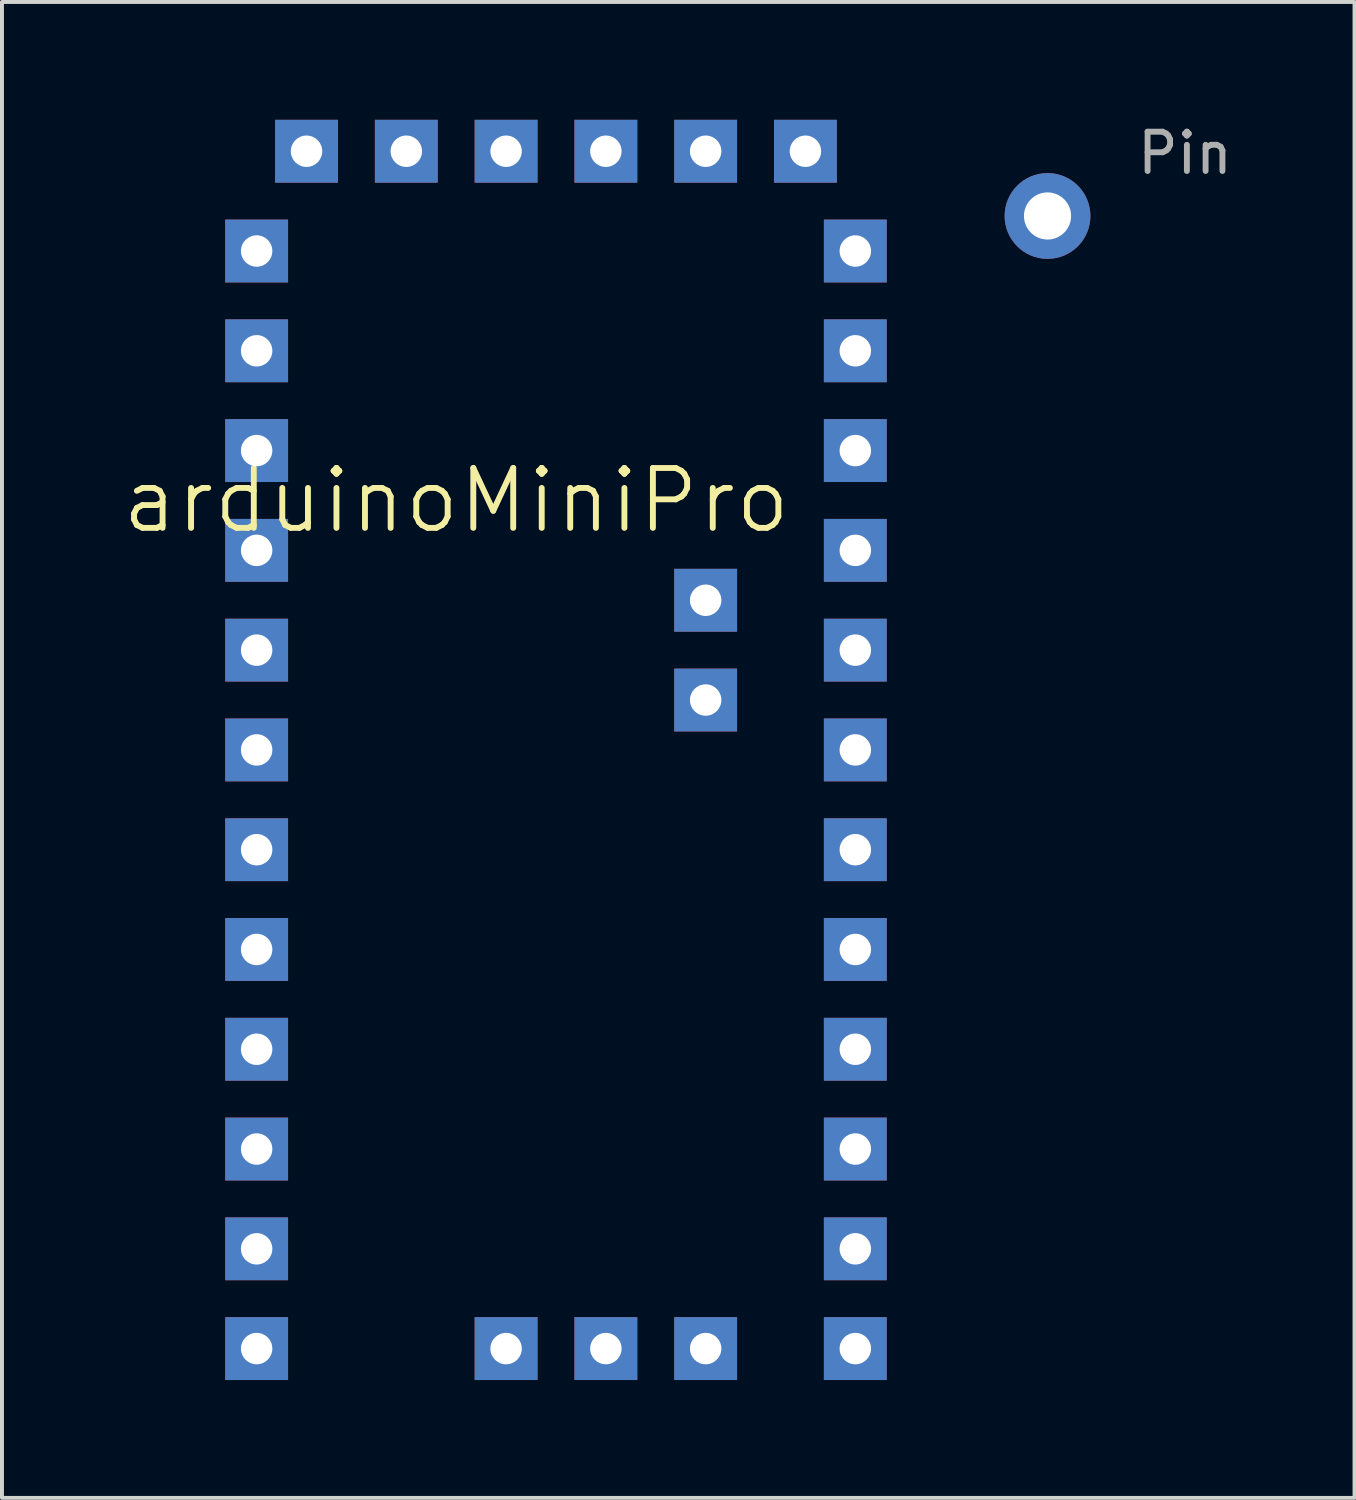
<source format=kicad_pcb>
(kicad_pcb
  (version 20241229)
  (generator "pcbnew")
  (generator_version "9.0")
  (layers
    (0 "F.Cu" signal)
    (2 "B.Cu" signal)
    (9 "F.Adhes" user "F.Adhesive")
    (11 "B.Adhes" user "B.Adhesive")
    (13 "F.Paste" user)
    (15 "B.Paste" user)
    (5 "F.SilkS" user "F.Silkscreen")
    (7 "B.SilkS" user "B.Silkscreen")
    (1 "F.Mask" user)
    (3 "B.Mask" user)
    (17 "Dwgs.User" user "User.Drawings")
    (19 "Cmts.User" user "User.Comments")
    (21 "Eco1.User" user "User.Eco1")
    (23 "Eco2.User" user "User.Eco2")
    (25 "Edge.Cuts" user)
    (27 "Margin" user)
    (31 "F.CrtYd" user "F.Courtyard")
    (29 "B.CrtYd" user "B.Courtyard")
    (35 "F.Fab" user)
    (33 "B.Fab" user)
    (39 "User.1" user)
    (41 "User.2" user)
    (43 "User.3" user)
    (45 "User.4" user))
  (footprint "Pin"
    (layer "F.Cu")
    (at 23.616 2.448)
    (property "Reference" "Pin" (at 3.5 -1.6 0) (layer "F.Fab") (effects (font (size 1 1) (thickness 0.15))))
    (attr through_hole)
    (pad "1" thru_hole circle (at 0 0) (size 2.184 2.184) (drill 1.2) (layers "*.Cu" "*.Mask")))
  (footprint "arduinoMiniPro"
    (layer "F.Cu")
    (at 8.563 9.69)
    (property "Reference" "arduinoMiniPro" (at 0 0 0) (layer "F.SilkS") (effects (font (size 1.524 1.524) (thickness 0.15))))
    (attr through_hole)
    (pad "1" thru_hole rect (at -3.81 -8.89 90) (size 1.6 1.6) (drill 0.8) (layers "*.Cu" "*.Mask"))
    (pad "2" thru_hole rect (at -1.27 -8.89 90) (size 1.6 1.6) (drill 0.8) (layers "*.Cu" "*.Mask"))
    (pad "3" thru_hole rect (at 1.27 -8.89 90) (size 1.6 1.6) (drill 0.8) (layers "*.Cu" "*.Mask"))
    (pad "4" thru_hole rect (at 3.81 -8.89 90) (size 1.6 1.6) (drill 0.8) (layers "*.Cu" "*.Mask"))
    (pad "5" thru_hole rect (at 6.35 -8.89 90) (size 1.6 1.6) (drill 0.8) (layers "*.Cu" "*.Mask"))
    (pad "6" thru_hole rect (at 8.89 -8.89 90) (size 1.6 1.6) (drill 0.8) (layers "*.Cu" "*.Mask"))
    (pad "7" thru_hole rect (at -5.08 -6.35 180) (size 1.6 1.6) (drill 0.8) (layers "*.Cu" "*.Mask"))
    (pad "8" thru_hole rect (at -5.08 -3.81 180) (size 1.6 1.6) (drill 0.8) (layers "*.Cu" "*.Mask"))
    (pad "9" thru_hole rect (at -5.08 -1.27 180) (size 1.6 1.6) (drill 0.8) (layers "*.Cu" "*.Mask"))
    (pad "10" thru_hole rect (at -5.08 1.27 180) (size 1.6 1.6) (drill 0.8) (layers "*.Cu" "*.Mask"))
    (pad "11" thru_hole rect (at -5.08 3.81 180) (size 1.6 1.6) (drill 0.8) (layers "*.Cu" "*.Mask"))
    (pad "12" thru_hole rect (at -5.08 6.35 180) (size 1.6 1.6) (drill 0.8) (layers "*.Cu" "*.Mask"))
    (pad "13" thru_hole rect (at -5.08 8.89 180) (size 1.6 1.6) (drill 0.8) (layers "*.Cu" "*.Mask"))
    (pad "14" thru_hole rect (at -5.08 11.43 180) (size 1.6 1.6) (drill 0.8) (layers "*.Cu" "*.Mask"))
    (pad "15" thru_hole rect (at -5.08 13.97 180) (size 1.6 1.6) (drill 0.8) (layers "*.Cu" "*.Mask"))
    (pad "16" thru_hole rect (at -5.08 16.51 180) (size 1.6 1.6) (drill 0.8) (layers "*.Cu" "*.Mask"))
    (pad "17" thru_hole rect (at -5.08 19.05 180) (size 1.6 1.6) (drill 0.8) (layers "*.Cu" "*.Mask"))
    (pad "18" thru_hole rect (at -5.08 21.59 180) (size 1.6 1.6) (drill 0.8) (layers "*.Cu" "*.Mask"))
    (pad "19" thru_hole rect (at 10.16 -6.35 180) (size 1.6 1.6) (drill 0.8) (layers "*.Cu" "*.Mask"))
    (pad "20" thru_hole rect (at 10.16 -3.81 180) (size 1.6 1.6) (drill 0.8) (layers "*.Cu" "*.Mask"))
    (pad "21" thru_hole rect (at 10.16 -1.27 180) (size 1.6 1.6) (drill 0.8) (layers "*.Cu" "*.Mask"))
    (pad "22" thru_hole rect (at 10.16 1.27 180) (size 1.6 1.6) (drill 0.8) (layers "*.Cu" "*.Mask"))
    (pad "23" thru_hole rect (at 10.16 3.81 180) (size 1.6 1.6) (drill 0.8) (layers "*.Cu" "*.Mask"))
    (pad "24" thru_hole rect (at 10.16 6.35 180) (size 1.6 1.6) (drill 0.8) (layers "*.Cu" "*.Mask"))
    (pad "25" thru_hole rect (at 10.16 8.89 180) (size 1.6 1.6) (drill 0.8) (layers "*.Cu" "*.Mask"))
    (pad "26" thru_hole rect (at 10.16 11.43 180) (size 1.6 1.6) (drill 0.8) (layers "*.Cu" "*.Mask"))
    (pad "27" thru_hole rect (at 10.16 13.97 180) (size 1.6 1.6) (drill 0.8) (layers "*.Cu" "*.Mask"))
    (pad "28" thru_hole rect (at 10.16 16.51 180) (size 1.6 1.6) (drill 0.8) (layers "*.Cu" "*.Mask"))
    (pad "29" thru_hole rect (at 10.16 19.05 180) (size 1.6 1.6) (drill 0.8) (layers "*.Cu" "*.Mask"))
    (pad "30" thru_hole rect (at 10.16 21.59 180) (size 1.6 1.6) (drill 0.8) (layers "*.Cu" "*.Mask"))
    (pad "31" thru_hole rect (at 6.35 5.08 270) (size 1.6 1.6) (drill 0.8) (layers "*.Cu" "*.Mask"))
    (pad "32" thru_hole rect (at 6.35 2.54 270) (size 1.6 1.6) (drill 0.8) (layers "*.Cu" "*.Mask"))
    (pad "A6" thru_hole rect (at 3.81 21.59 270) (size 1.6 1.6) (drill 0.8) (layers "*.Cu" "*.Mask"))
    (pad "A7" thru_hole rect (at 6.35 21.59 270) (size 1.6 1.6) (drill 0.8) (layers "*.Cu" "*.Mask"))
    (pad "GND4" thru_hole rect (at 1.27 21.59 270) (size 1.6 1.6) (drill 0.8) (layers "*.Cu" "*.Mask")))
  (gr_rect
    (start -3 -3)
    (end 31.431 35.08)
    (stroke (width 0.1) (type default))
    (fill no)
    (layer "Edge.Cuts")))
</source>
